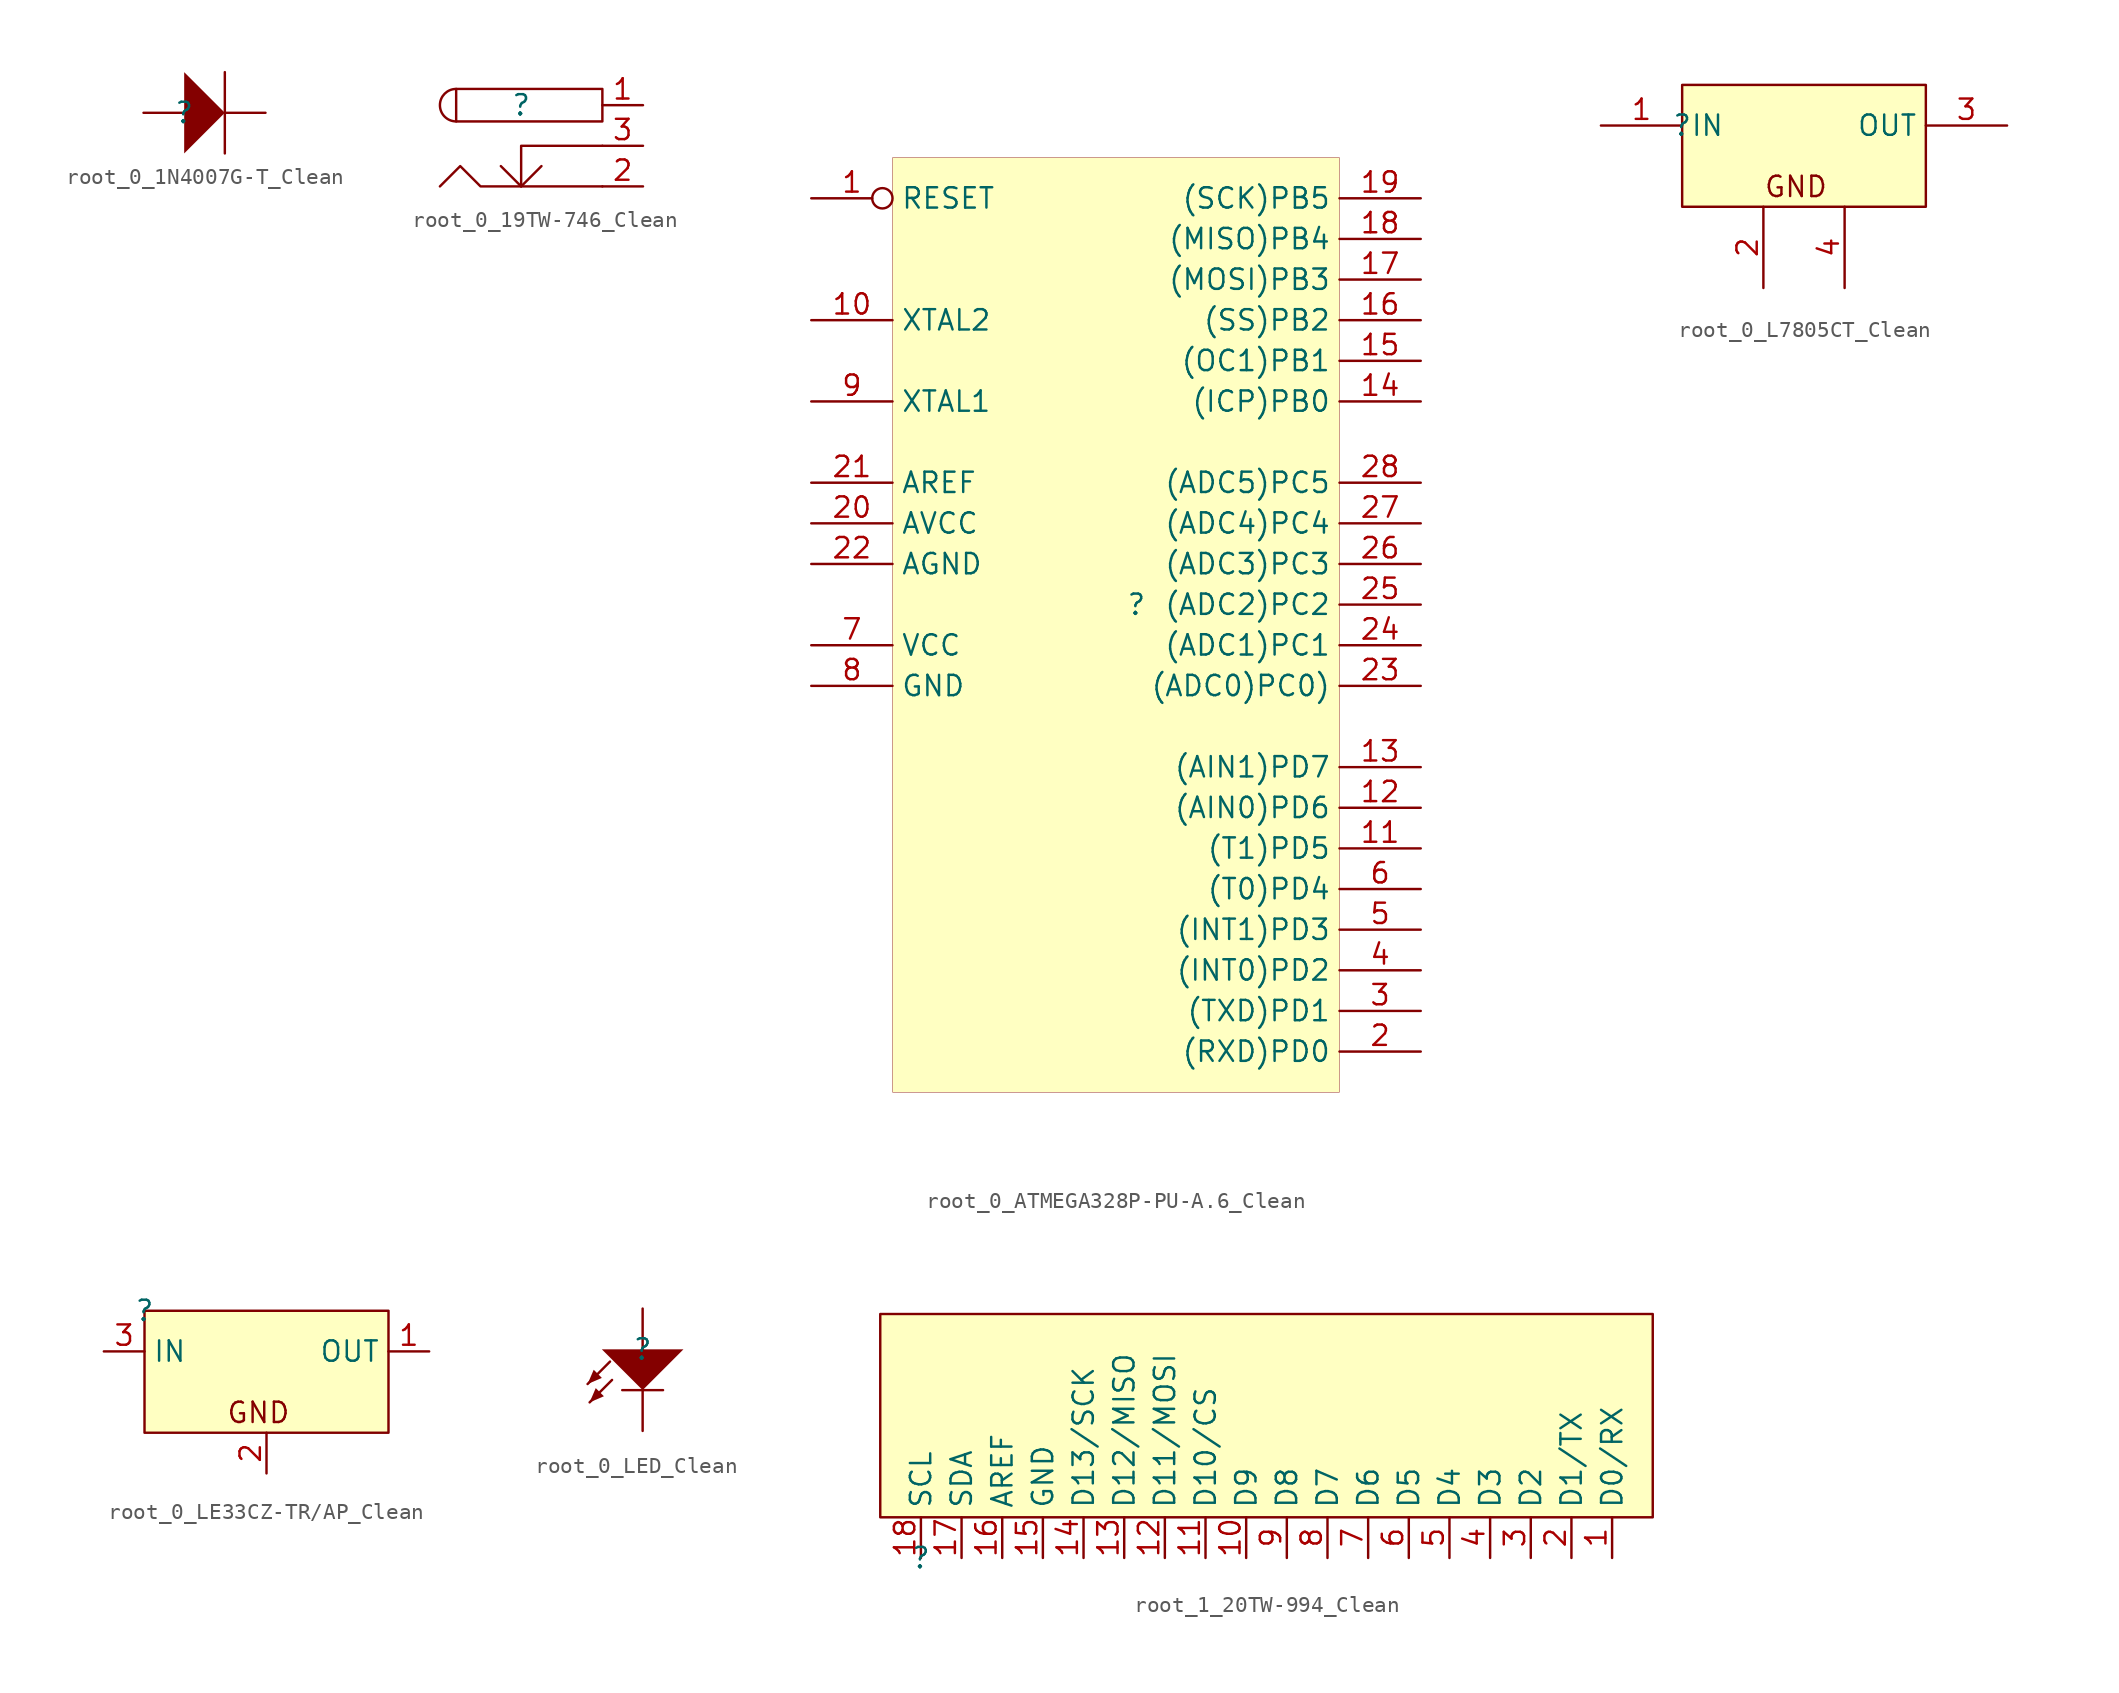
<source format=kicad_sym>
(kicad_symbol_lib
  (version 20241209)
  (generator "kicad_symbol_editor")
  (generator_version "9.0")
  (symbol "root_0_1N4007G-T_Clean"
    (pin_numbers
      (hide yes))
    (pin_names
      (hide yes))
    (property "Reference" ""
      (at 0 0 0)
      (effects (font (size 1.27 1.27))))
    (property "Value" ""
      (at 0 0 0)
      (effects (font (size 1.27 1.27))))
    (symbol "root_0_1N4007G-T_Clean_1_0"
      (polyline (pts (xy 0 -2.54) (xy 2.54 0) (xy 0 2.54) (xy 0 -2.54)) (stroke (width -0.0001) (type solid)) (fill (type outline)))
      (polyline (pts (xy 2.54 2.54) (xy 2.54 -2.54)) (stroke (width 0) (type solid)) (fill (type none)))
      (pin passive line (at -2.54 0 0) (length 2.54) (name "1" (effects (font (size 1.27 1.27)))) (number "1" (effects (font (size 1.27 1.27)))))
      (pin passive line (at 5.08 0 180) (length 2.54) (name "2" (effects (font (size 1.27 1.27)))) (number "2" (effects (font (size 1.27 1.27)))))))
  (symbol "root_0_19TW-746_Clean"
    (pin_names
      (hide yes))
    (property "Reference" ""
      (at 0 0 0)
      (effects (font (size 1.27 1.27))))
    (property "Value" ""
      (at 0 0 0)
      (effects (font (size 1.27 1.27))))
    (symbol "root_0_19TW-746_Clean_1_0"
      (arc (start -4.064 -1.016) (mid -5.08 0) (end -4.064 1.016) (stroke (width 0) (type solid)) (fill (type none)))
      (polyline (pts (xy 0 -5.08) (xy 1.27 -3.81)) (stroke (width 0) (type solid)) (fill (type none)))
      (polyline (pts (xy 5.08 1.016) (xy -4.064 1.016) (xy -4.064 -1.016) (xy 5.08 -1.016) (xy 5.08 1.016)) (stroke (width 0) (type solid)) (fill (type none)))
      (polyline (pts (xy 5.08 -2.54) (xy 0 -2.54) (xy 0 -5.08) (xy -1.27 -3.81)) (stroke (width 0) (type solid)) (fill (type none)))
      (polyline (pts (xy 5.08 -5.08) (xy -2.54 -5.08) (xy -3.81 -3.81) (xy -5.08 -5.08)) (stroke (width 0) (type solid)) (fill (type none)))
      (pin power_in line (at 7.62 0 180) (length 2.54) (name "1" (effects (font (size 1.27 1.27)))) (number "1" (effects (font (size 1.27 1.27)))))
      (pin power_in line (at 7.62 -2.54 180) (length 2.54) (name "3" (effects (font (size 1.27 1.27)))) (number "3" (effects (font (size 1.27 1.27)))))
      (pin power_in line (at 7.62 -5.08 180) (length 2.54) (name "2" (effects (font (size 1.27 1.27)))) (number "2" (effects (font (size 1.27 1.27)))))))
  (symbol "root_0_ATMEGA328P-PU-A.6_Clean"
    (property "Reference" ""
      (at 0 0 0)
      (effects (font (size 1.27 1.27))))
    (property "Value" ""
      (at 0 0 0)
      (effects (font (size 1.27 1.27))))
    (symbol "root_0_ATMEGA328P-PU-A.6_Clean_1_0"
      (rectangle (start 12.7 27.94) (end -15.24 -30.48) (stroke (width 0.025) (type solid) (color 128 0 0 1)) (fill (type background)))
      (pin input inverted (at -20.32 25.4 0) (length 5.08) (name "RESET" (effects (font (size 1.27 1.27)))) (number "1" (effects (font (size 1.27 1.27)))))
      (pin passive line (at -20.32 17.78 0) (length 5.08) (name "XTAL2" (effects (font (size 1.27 1.27)))) (number "10" (effects (font (size 1.27 1.27)))))
      (pin passive line (at -20.32 12.7 0) (length 5.08) (name "XTAL1" (effects (font (size 1.27 1.27)))) (number "9" (effects (font (size 1.27 1.27)))))
      (pin passive line (at -20.32 7.62 0) (length 5.08) (name "AREF" (effects (font (size 1.27 1.27)))) (number "21" (effects (font (size 1.27 1.27)))))
      (pin power_in line (at -20.32 5.08 0) (length 5.08) (name "AVCC" (effects (font (size 1.27 1.27)))) (number "20" (effects (font (size 1.27 1.27)))))
      (pin power_in line (at -20.32 2.54 0) (length 5.08) (name "AGND" (effects (font (size 1.27 1.27)))) (number "22" (effects (font (size 1.27 1.27)))))
      (pin power_in line (at -20.32 -2.54 0) (length 5.08) (name "VCC" (effects (font (size 1.27 1.27)))) (number "7" (effects (font (size 1.27 1.27)))))
      (pin power_in line (at -20.32 -5.08 0) (length 5.08) (name "GND" (effects (font (size 1.27 1.27)))) (number "8" (effects (font (size 1.27 1.27)))))
      (pin passive line (at 17.78 25.4 180) (length 5.08) (name "(SCK)PB5" (effects (font (size 1.27 1.27)))) (number "19" (effects (font (size 1.27 1.27)))))
      (pin passive line (at 17.78 22.86 180) (length 5.08) (name "(MISO)PB4" (effects (font (size 1.27 1.27)))) (number "18" (effects (font (size 1.27 1.27)))))
      (pin passive line (at 17.78 20.32 180) (length 5.08) (name "(MOSI)PB3" (effects (font (size 1.27 1.27)))) (number "17" (effects (font (size 1.27 1.27)))))
      (pin passive line (at 17.78 17.78 180) (length 5.08) (name "(SS)PB2" (effects (font (size 1.27 1.27)))) (number "16" (effects (font (size 1.27 1.27)))))
      (pin passive line (at 17.78 15.24 180) (length 5.08) (name "(OC1)PB1" (effects (font (size 1.27 1.27)))) (number "15" (effects (font (size 1.27 1.27)))))
      (pin passive line (at 17.78 12.7 180) (length 5.08) (name "(ICP)PB0" (effects (font (size 1.27 1.27)))) (number "14" (effects (font (size 1.27 1.27)))))
      (pin passive line (at 17.78 7.62 180) (length 5.08) (name "(ADC5)PC5" (effects (font (size 1.27 1.27)))) (number "28" (effects (font (size 1.27 1.27)))))
      (pin passive line (at 17.78 5.08 180) (length 5.08) (name "(ADC4)PC4" (effects (font (size 1.27 1.27)))) (number "27" (effects (font (size 1.27 1.27)))))
      (pin passive line (at 17.78 2.54 180) (length 5.08) (name "(ADC3)PC3" (effects (font (size 1.27 1.27)))) (number "26" (effects (font (size 1.27 1.27)))))
      (pin passive line (at 17.78 0 180) (length 5.08) (name "(ADC2)PC2" (effects (font (size 1.27 1.27)))) (number "25" (effects (font (size 1.27 1.27)))))
      (pin passive line (at 17.78 -2.54 180) (length 5.08) (name "(ADC1)PC1" (effects (font (size 1.27 1.27)))) (number "24" (effects (font (size 1.27 1.27)))))
      (pin passive line (at 17.78 -5.08 180) (length 5.08) (name "(ADC0)PC0)" (effects (font (size 1.27 1.27)))) (number "23" (effects (font (size 1.27 1.27)))))
      (pin passive line (at 17.78 -10.16 180) (length 5.08) (name "(AIN1)PD7" (effects (font (size 1.27 1.27)))) (number "13" (effects (font (size 1.27 1.27)))))
      (pin passive line (at 17.78 -12.7 180) (length 5.08) (name "(AIN0)PD6" (effects (font (size 1.27 1.27)))) (number "12" (effects (font (size 1.27 1.27)))))
      (pin passive line (at 17.78 -15.24 180) (length 5.08) (name "(T1)PD5" (effects (font (size 1.27 1.27)))) (number "11" (effects (font (size 1.27 1.27)))))
      (pin passive line (at 17.78 -17.78 180) (length 5.08) (name "(T0)PD4" (effects (font (size 1.27 1.27)))) (number "6" (effects (font (size 1.27 1.27)))))
      (pin passive line (at 17.78 -20.32 180) (length 5.08) (name "(INT1)PD3" (effects (font (size 1.27 1.27)))) (number "5" (effects (font (size 1.27 1.27)))))
      (pin passive line (at 17.78 -22.86 180) (length 5.08) (name "(INT0)PD2" (effects (font (size 1.27 1.27)))) (number "4" (effects (font (size 1.27 1.27)))))
      (pin passive line (at 17.78 -25.4 180) (length 5.08) (name "(TXD)PD1" (effects (font (size 1.27 1.27)))) (number "3" (effects (font (size 1.27 1.27)))))
      (pin passive line (at 17.78 -27.94 180) (length 5.08) (name "(RXD)PD0" (effects (font (size 1.27 1.27)))) (number "2" (effects (font (size 1.27 1.27)))))))
  (symbol "root_0_L7805CT_Clean"
    (property "Reference" ""
      (at 0 0 0)
      (effects (font (size 1.27 1.27))))
    (property "Value" ""
      (at 0 0 0)
      (effects (font (size 1.27 1.27))))
    (symbol "root_0_L7805CT_Clean_1_0"
      (rectangle (start 15.24 2.54) (end 0 -5.08) (stroke (width 0) (type solid) (color 128 0 0 1)) (fill (type background)))
      (text "GND" (at 5.08 -4.572 0) (effects (font (size 1.27 1.27)) (justify left bottom)))
      (pin power_in line (at -5.08 0 0) (length 5.08) (name "IN" (effects (font (size 1.27 1.27)))) (number "1" (effects (font (size 1.27 1.27)))))
      (pin power_in line (at 5.08 -10.16 90) (length 5.08) (name "GND" (effects (font (size 0 0)))) (number "2" (effects (font (size 1.27 1.27)))))
      (pin power_in line (at 10.16 -10.16 90) (length 5.08) (name "GND" (effects (font (size 0 0)))) (number "4" (effects (font (size 1.27 1.27)))))
      (pin power_in line (at 20.32 0 180) (length 5.08) (name "OUT" (effects (font (size 1.27 1.27)))) (number "3" (effects (font (size 1.27 1.27)))))))
  (symbol "root_0_LE33CZ-TR/AP_Clean"
    (property "Reference" ""
      (at 0 0 0)
      (effects (font (size 1.27 1.27))))
    (property "Value" ""
      (at 0 0 0)
      (effects (font (size 1.27 1.27))))
    (symbol "root_0_LE33CZ-TR/AP_Clean_1_0"
      (rectangle (start 15.24 0) (end 0 -7.62) (stroke (width 0) (type solid) (color 128 0 0 1)) (fill (type background)))
      (text "GND" (at 5.08 -7.112 0) (effects (font (size 1.27 1.27)) (justify left bottom)))
      (pin power_in line (at -2.54 -2.54 0) (length 2.54) (name "IN" (effects (font (size 1.27 1.27)))) (number "3" (effects (font (size 1.27 1.27)))))
      (pin power_in line (at 7.62 -10.16 90) (length 2.54) (name "GND" (effects (font (size 0 0)))) (number "2" (effects (font (size 1.27 1.27)))))
      (pin power_in line (at 17.78 -2.54 180) (length 2.54) (name "OUT" (effects (font (size 1.27 1.27)))) (number "1" (effects (font (size 1.27 1.27)))))))
  (symbol "root_0_LED_Clean"
    (pin_numbers
      (hide yes))
    (pin_names
      (hide yes))
    (property "Reference" ""
      (at 0 0 0)
      (effects (font (size 1.27 1.27))))
    (property "Value" ""
      (at 0 0 0)
      (effects (font (size 1.27 1.27))))
    (symbol "root_0_LED_Clean_1_0"
      (polyline (pts (xy -3.429 -2.159) (xy -2.032 -0.762)) (stroke (width 0) (type solid)) (fill (type none)))
      (polyline (pts (xy -3.429 -2.159) (xy -3.048 -1.27) (xy -2.54 -1.778) (xy -3.429 -2.159)) (stroke (width -0.0001) (type solid)) (fill (type outline)))
      (polyline (pts (xy -3.302 -3.302) (xy -1.905 -1.905)) (stroke (width 0) (type solid)) (fill (type none)))
      (polyline (pts (xy -3.302 -3.302) (xy -2.921 -2.413) (xy -2.413 -2.921) (xy -3.302 -3.302)) (stroke (width -0.0001) (type solid)) (fill (type outline)))
      (polyline (pts (xy -2.54 0) (xy 2.54 0) (xy 0 -2.54) (xy -2.54 0)) (stroke (width -0.0001) (type solid)) (fill (type outline)))
      (polyline (pts (xy -1.27 -2.54) (xy 0 -2.54)) (stroke (width 0) (type solid)) (fill (type none)))
      (polyline (pts (xy 0 -2.54) (xy 1.27 -2.54)) (stroke (width 0) (type solid)) (fill (type none)))
      (pin passive line (at 0 2.54 270) (length 2.54) (name "A" (effects (font (size 1.27 1.27)))) (number "A" (effects (font (size 1.27 1.27)))))
      (pin passive line (at 0 -5.08 90) (length 2.54) (name "C" (effects (font (size 1.27 1.27)))) (number "C" (effects (font (size 1.27 1.27)))))))
  (symbol "root_1_20TW-994_Clean"
    (property "Reference" ""
      (at 0 0 0)
      (effects (font (size 1.27 1.27))))
    (property "Value" ""
      (at 0 0 0)
      (effects (font (size 1.27 1.27))))
    (symbol "root_1_20TW-994_Clean_1_0"
      (rectangle (start 45.72 15.24) (end -2.54 2.54) (stroke (width 0) (type solid) (color 128 0 0 1)) (fill (type background)))
      (pin passive line (at 0 0 90) (length 2.54) (name "SCL" (effects (font (size 1.27 1.27)))) (number "18" (effects (font (size 1.27 1.27)))))
      (pin passive line (at 2.54 0 90) (length 2.54) (name "SDA" (effects (font (size 1.27 1.27)))) (number "17" (effects (font (size 1.27 1.27)))))
      (pin passive line (at 5.08 0 90) (length 2.54) (name "AREF" (effects (font (size 1.27 1.27)))) (number "16" (effects (font (size 1.27 1.27)))))
      (pin passive line (at 7.62 0 90) (length 2.54) (name "GND" (effects (font (size 1.27 1.27)))) (number "15" (effects (font (size 1.27 1.27)))))
      (pin passive line (at 10.16 0 90) (length 2.54) (name "D13/SCK" (effects (font (size 1.27 1.27)))) (number "14" (effects (font (size 1.27 1.27)))))
      (pin passive line (at 12.7 0 90) (length 2.54) (name "D12/MISO" (effects (font (size 1.27 1.27)))) (number "13" (effects (font (size 1.27 1.27)))))
      (pin passive line (at 15.24 0 90) (length 2.54) (name "D11/MOSI" (effects (font (size 1.27 1.27)))) (number "12" (effects (font (size 1.27 1.27)))))
      (pin passive line (at 17.78 0 90) (length 2.54) (name "D10/CS" (effects (font (size 1.27 1.27)))) (number "11" (effects (font (size 1.27 1.27)))))
      (pin passive line (at 20.32 0 90) (length 2.54) (name "D9" (effects (font (size 1.27 1.27)))) (number "10" (effects (font (size 1.27 1.27)))))
      (pin passive line (at 22.86 0 90) (length 2.54) (name "D8" (effects (font (size 1.27 1.27)))) (number "9" (effects (font (size 1.27 1.27)))))
      (pin passive line (at 25.4 0 90) (length 2.54) (name "D7" (effects (font (size 1.27 1.27)))) (number "8" (effects (font (size 1.27 1.27)))))
      (pin passive line (at 27.94 0 90) (length 2.54) (name "D6" (effects (font (size 1.27 1.27)))) (number "7" (effects (font (size 1.27 1.27)))))
      (pin passive line (at 30.48 0 90) (length 2.54) (name "D5" (effects (font (size 1.27 1.27)))) (number "6" (effects (font (size 1.27 1.27)))))
      (pin passive line (at 33.02 0 90) (length 2.54) (name "D4" (effects (font (size 1.27 1.27)))) (number "5" (effects (font (size 1.27 1.27)))))
      (pin passive line (at 35.56 0 90) (length 2.54) (name "D3" (effects (font (size 1.27 1.27)))) (number "4" (effects (font (size 1.27 1.27)))))
      (pin passive line (at 38.1 0 90) (length 2.54) (name "D2" (effects (font (size 1.27 1.27)))) (number "3" (effects (font (size 1.27 1.27)))))
      (pin passive line (at 40.64 0 90) (length 2.54) (name "D1/TX" (effects (font (size 1.27 1.27)))) (number "2" (effects (font (size 1.27 1.27)))))
      (pin passive line (at 43.18 0 90) (length 2.54) (name "D0/RX" (effects (font (size 1.27 1.27)))) (number "1" (effects (font (size 1.27 1.27))))))))
</source>
